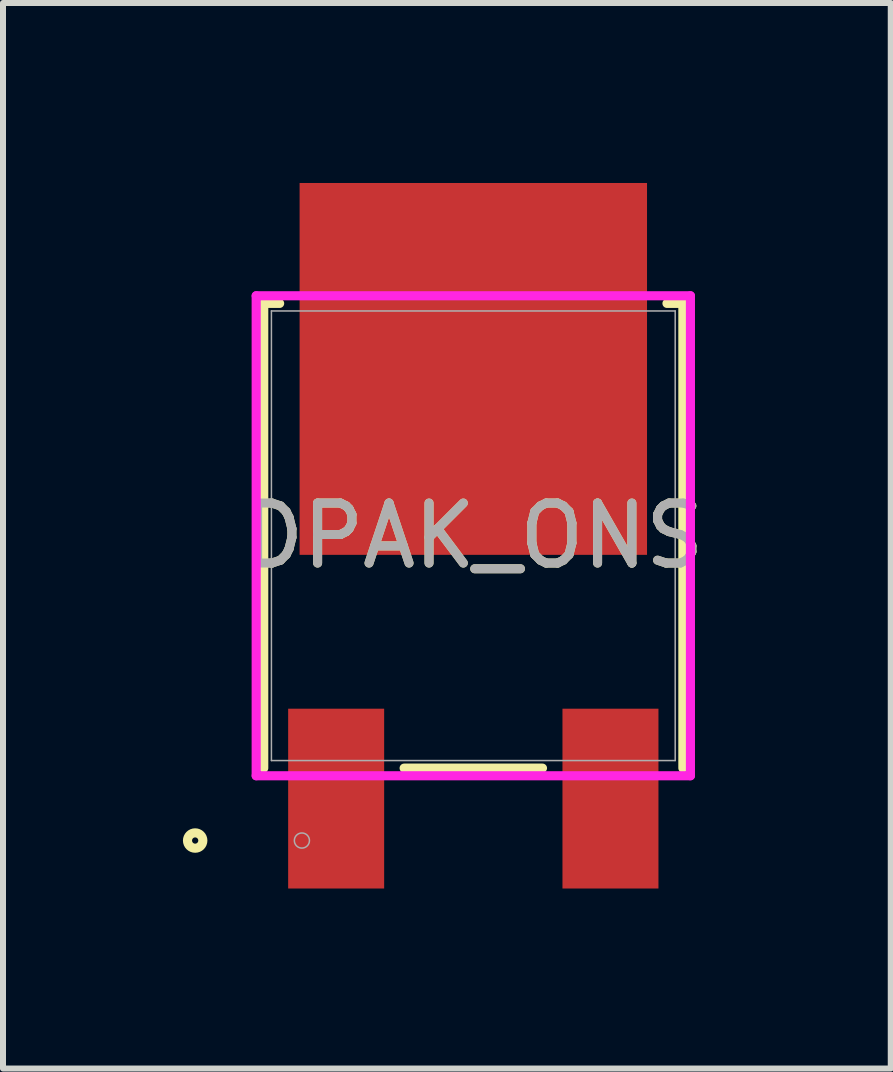
<source format=kicad_pcb>
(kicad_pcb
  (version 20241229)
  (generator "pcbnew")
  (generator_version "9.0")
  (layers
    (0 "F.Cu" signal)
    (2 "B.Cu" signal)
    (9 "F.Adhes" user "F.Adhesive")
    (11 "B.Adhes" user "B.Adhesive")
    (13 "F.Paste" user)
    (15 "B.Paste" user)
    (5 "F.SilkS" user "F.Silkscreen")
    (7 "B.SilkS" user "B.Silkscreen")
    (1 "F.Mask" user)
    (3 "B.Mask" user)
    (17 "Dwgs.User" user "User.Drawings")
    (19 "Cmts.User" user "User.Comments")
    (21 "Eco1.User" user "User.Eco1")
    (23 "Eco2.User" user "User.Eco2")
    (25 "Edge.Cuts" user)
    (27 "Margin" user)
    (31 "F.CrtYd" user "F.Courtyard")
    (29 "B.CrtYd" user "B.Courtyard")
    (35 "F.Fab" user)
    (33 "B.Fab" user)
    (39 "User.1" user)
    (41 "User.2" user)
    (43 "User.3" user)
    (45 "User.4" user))
  (footprint "DPAK_ONS"
    (layer "F.Cu")
    (at 4.839 5.88)
    (property "Reference" "DPAK_ONS" (at 0 0 0) (unlocked yes) (layer "F.SilkS") (effects (font (size 1 1) (thickness 0.15))))
    (attr smd)
    (fp_line (start -3.493 -3.873) (end -3.493 3.873) (stroke (width 0.152) (type solid)) (layer "F.SilkS"))
    (fp_line (start -3.228 -3.873) (end -3.493 -3.873) (stroke (width 0.152) (type solid)) (layer "F.SilkS"))
    (fp_line (start -1.153 3.873) (end 1.153 3.873) (stroke (width 0.152) (type solid)) (layer "F.SilkS"))
    (fp_line (start 3.493 -3.873) (end 3.228 -3.873) (stroke (width 0.152) (type solid)) (layer "F.SilkS"))
    (fp_line (start 3.493 3.873) (end 3.493 -3.873) (stroke (width 0.152) (type solid)) (layer "F.SilkS"))
    (fp_circle (center -4.636 5.08) (end -4.508 5.08) (stroke (width 0.152) (type solid)) (fill no) (layer "F.SilkS"))
    (fp_line (start -3.619 -4) (end 3.619 -4) (stroke (width 0.152) (type solid)) (layer "F.CrtYd"))
    (fp_line (start -3.619 4) (end -3.619 -4) (stroke (width 0.152) (type solid)) (layer "F.CrtYd"))
    (fp_line (start 3.619 -4) (end 3.619 4) (stroke (width 0.152) (type solid)) (layer "F.CrtYd"))
    (fp_line (start 3.619 4) (end -3.619 4) (stroke (width 0.152) (type solid)) (layer "F.CrtYd"))
    (fp_line (start -3.365 -3.747) (end -3.365 3.747) (stroke (width 0.025) (type solid)) (layer "F.Fab"))
    (fp_line (start -3.365 3.747) (end 3.365 3.747) (stroke (width 0.025) (type solid)) (layer "F.Fab"))
    (fp_line (start 3.365 -3.747) (end -3.365 -3.747) (stroke (width 0.025) (type solid)) (layer "F.Fab"))
    (fp_line (start 3.365 3.747) (end 3.365 -3.747) (stroke (width 0.025) (type solid)) (layer "F.Fab"))
    (fp_circle (center -2.857 5.08) (end -2.731 5.08) (stroke (width 0.025) (type solid)) (fill no) (layer "F.Fab"))
    (fp_text user "${REFERENCE}" (at 0 0 0) (unlocked yes) (layer "F.Fab") (effects (font (size 1 1) (thickness 0.15))))
    (pad "1" smd rect (at -2.286 4.381) (size 1.6 2.997) (layers "F.Cu" "F.Mask" "F.Paste"))
    (pad "2" smd rect (at 2.286 4.381) (size 1.6 2.997) (layers "F.Cu" "F.Mask" "F.Paste"))
    (pad "3" smd rect (at 0 -2.781) (size 5.791 6.198) (layers "F.Cu" "F.Mask" "F.Paste")))
  (gr_rect
    (start -3 -3)
    (end 11.797 14.76)
    (stroke (width 0.1) (type default))
    (fill no)
    (layer "Edge.Cuts")))
</source>
